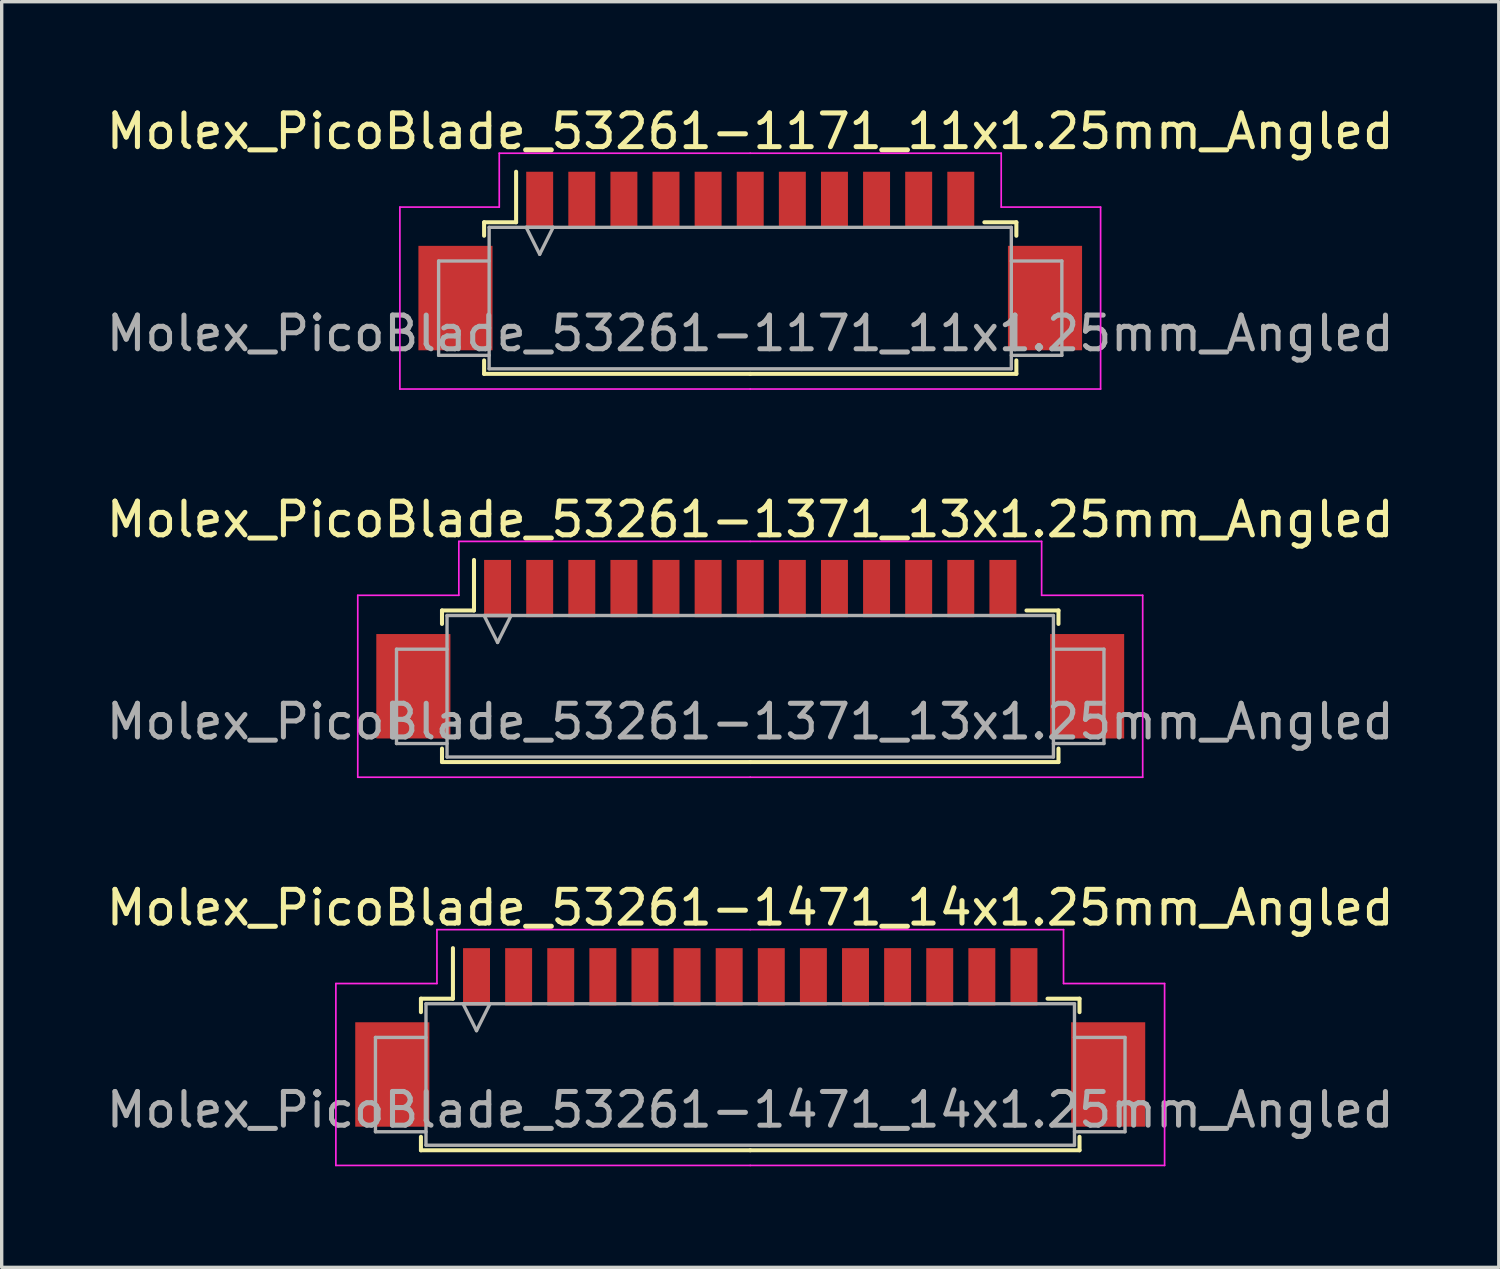
<source format=kicad_pcb>
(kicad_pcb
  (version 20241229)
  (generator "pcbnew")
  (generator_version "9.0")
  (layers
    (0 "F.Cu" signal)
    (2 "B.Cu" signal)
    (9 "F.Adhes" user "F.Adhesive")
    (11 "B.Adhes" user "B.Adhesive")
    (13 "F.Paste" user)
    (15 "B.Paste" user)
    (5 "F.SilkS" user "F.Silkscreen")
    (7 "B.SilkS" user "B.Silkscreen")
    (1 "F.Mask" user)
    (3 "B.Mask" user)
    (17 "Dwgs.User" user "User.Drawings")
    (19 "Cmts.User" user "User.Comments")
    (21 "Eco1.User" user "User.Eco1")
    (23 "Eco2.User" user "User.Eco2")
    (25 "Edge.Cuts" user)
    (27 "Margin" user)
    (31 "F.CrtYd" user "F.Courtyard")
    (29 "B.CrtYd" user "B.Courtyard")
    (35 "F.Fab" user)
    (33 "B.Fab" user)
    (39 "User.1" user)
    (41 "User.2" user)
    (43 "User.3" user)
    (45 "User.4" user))
  (footprint "Molex_PicoBlade_53261-1171_11x1.25mm_Angled"
    (layer "F.Cu")
    (at 19.22 4.348)
    (property "Reference" "Molex_PicoBlade_53261-1171_11x1.25mm_Angled" (at 0 -3.5 0) (layer "F.SilkS") (effects (font (size 1 1) (thickness 0.15))))
    (attr smd)
    (fp_line (start -7.9 -0.8) (end -7.9 -0.4) (stroke (width 0.12) (type solid)) (layer "F.SilkS"))
    (fp_line (start -7.9 3.3) (end -7.9 3.7) (stroke (width 0.12) (type solid)) (layer "F.SilkS"))
    (fp_line (start -7.9 3.7) (end 0 3.7) (stroke (width 0.12) (type solid)) (layer "F.SilkS"))
    (fp_line (start -6.95 -0.8) (end -7.9 -0.8) (stroke (width 0.12) (type solid)) (layer "F.SilkS"))
    (fp_line (start -6.95 -0.8) (end -6.95 -2.3) (stroke (width 0.12) (type solid)) (layer "F.SilkS"))
    (fp_line (start 6.95 -0.8) (end 7.9 -0.8) (stroke (width 0.12) (type solid)) (layer "F.SilkS"))
    (fp_line (start 7.9 -0.8) (end 7.9 -0.4) (stroke (width 0.12) (type solid)) (layer "F.SilkS"))
    (fp_line (start 7.9 3.3) (end 7.9 3.7) (stroke (width 0.12) (type solid)) (layer "F.SilkS"))
    (fp_line (start 7.9 3.7) (end 0 3.7) (stroke (width 0.12) (type solid)) (layer "F.SilkS"))
    (fp_line (start -10.4 -1.25) (end -10.4 4.15) (stroke (width 0.05) (type solid)) (layer "F.CrtYd"))
    (fp_line (start -10.4 4.15) (end 0 4.15) (stroke (width 0.05) (type solid)) (layer "F.CrtYd"))
    (fp_line (start -7.45 -2.85) (end -7.45 -1.25) (stroke (width 0.05) (type solid)) (layer "F.CrtYd"))
    (fp_line (start -7.45 -1.25) (end -10.4 -1.25) (stroke (width 0.05) (type solid)) (layer "F.CrtYd"))
    (fp_line (start 0 -2.85) (end -7.45 -2.85) (stroke (width 0.05) (type solid)) (layer "F.CrtYd"))
    (fp_line (start 0 -2.85) (end 7.45 -2.85) (stroke (width 0.05) (type solid)) (layer "F.CrtYd"))
    (fp_line (start 7.45 -2.85) (end 7.45 -1.25) (stroke (width 0.05) (type solid)) (layer "F.CrtYd"))
    (fp_line (start 7.45 -1.25) (end 10.4 -1.25) (stroke (width 0.05) (type solid)) (layer "F.CrtYd"))
    (fp_line (start 10.4 -1.25) (end 10.4 4.15) (stroke (width 0.05) (type solid)) (layer "F.CrtYd"))
    (fp_line (start 10.4 4.15) (end 0 4.15) (stroke (width 0.05) (type solid)) (layer "F.CrtYd"))
    (fp_line (start -9.25 0.35) (end -9.25 3.15) (stroke (width 0.1) (type solid)) (layer "F.Fab"))
    (fp_line (start -9.25 3.15) (end -7.75 3.15) (stroke (width 0.1) (type solid)) (layer "F.Fab"))
    (fp_line (start -7.75 -0.65) (end 7.75 -0.65) (stroke (width 0.1) (type solid)) (layer "F.Fab"))
    (fp_line (start -7.75 0.35) (end -9.25 0.35) (stroke (width 0.1) (type solid)) (layer "F.Fab"))
    (fp_line (start -7.75 3.55) (end -7.75 -0.65) (stroke (width 0.1) (type solid)) (layer "F.Fab"))
    (fp_line (start -6.65 -0.65) (end -6.25 0.15) (stroke (width 0.1) (type solid)) (layer "F.Fab"))
    (fp_line (start -6.25 0.15) (end -5.85 -0.65) (stroke (width 0.1) (type solid)) (layer "F.Fab"))
    (fp_line (start -5.85 -0.65) (end -6.65 -0.65) (stroke (width 0.1) (type solid)) (layer "F.Fab"))
    (fp_line (start 7.75 -0.65) (end 7.75 3.55) (stroke (width 0.1) (type solid)) (layer "F.Fab"))
    (fp_line (start 7.75 0.35) (end 9.25 0.35) (stroke (width 0.1) (type solid)) (layer "F.Fab"))
    (fp_line (start 7.75 3.55) (end -7.75 3.55) (stroke (width 0.1) (type solid)) (layer "F.Fab"))
    (fp_line (start 9.25 0.35) (end 9.25 3.15) (stroke (width 0.1) (type solid)) (layer "F.Fab"))
    (fp_line (start 9.25 3.15) (end 7.75 3.15) (stroke (width 0.1) (type solid)) (layer "F.Fab"))
    (fp_text user "${REFERENCE}" (at 0 2.5 0) (layer "F.Fab") (effects (font (size 1 1) (thickness 0.15))))
    (pad "" smd rect (at -8.75 1.45) (size 2.2 3.1) (layers "F.Cu" "F.Mask" "F.Paste"))
    (pad "" smd rect (at 8.75 1.45) (size 2.2 3.1) (layers "F.Cu" "F.Mask" "F.Paste"))
    (pad "1" smd rect (at -6.25 -1.45) (size 0.8 1.7) (layers "F.Cu" "F.Mask" "F.Paste"))
    (pad "2" smd rect (at -5 -1.45) (size 0.8 1.7) (layers "F.Cu" "F.Mask" "F.Paste"))
    (pad "3" smd rect (at -3.75 -1.45) (size 0.8 1.7) (layers "F.Cu" "F.Mask" "F.Paste"))
    (pad "4" smd rect (at -2.5 -1.45) (size 0.8 1.7) (layers "F.Cu" "F.Mask" "F.Paste"))
    (pad "5" smd rect (at -1.25 -1.45) (size 0.8 1.7) (layers "F.Cu" "F.Mask" "F.Paste"))
    (pad "6" smd rect (at 0 -1.45) (size 0.8 1.7) (layers "F.Cu" "F.Mask" "F.Paste"))
    (pad "7" smd rect (at 1.25 -1.45) (size 0.8 1.7) (layers "F.Cu" "F.Mask" "F.Paste"))
    (pad "8" smd rect (at 2.5 -1.45) (size 0.8 1.7) (layers "F.Cu" "F.Mask" "F.Paste"))
    (pad "9" smd rect (at 3.75 -1.45) (size 0.8 1.7) (layers "F.Cu" "F.Mask" "F.Paste"))
    (pad "10" smd rect (at 5 -1.45) (size 0.8 1.7) (layers "F.Cu" "F.Mask" "F.Paste"))
    (pad "11" smd rect (at 6.25 -1.45) (size 0.8 1.7) (layers "F.Cu" "F.Mask" "F.Paste")))
  (footprint "Molex_PicoBlade_53261-1371_13x1.25mm_Angled"
    (layer "F.Cu")
    (at 19.22 15.871)
    (property "Reference" "Molex_PicoBlade_53261-1371_13x1.25mm_Angled" (at 0 -3.5 0) (layer "F.SilkS") (effects (font (size 1 1) (thickness 0.15))))
    (attr smd)
    (fp_line (start -9.15 -0.8) (end -9.15 -0.4) (stroke (width 0.12) (type solid)) (layer "F.SilkS"))
    (fp_line (start -9.15 3.3) (end -9.15 3.7) (stroke (width 0.12) (type solid)) (layer "F.SilkS"))
    (fp_line (start -9.15 3.7) (end 0 3.7) (stroke (width 0.12) (type solid)) (layer "F.SilkS"))
    (fp_line (start -8.2 -0.8) (end -9.15 -0.8) (stroke (width 0.12) (type solid)) (layer "F.SilkS"))
    (fp_line (start -8.2 -0.8) (end -8.2 -2.3) (stroke (width 0.12) (type solid)) (layer "F.SilkS"))
    (fp_line (start 8.2 -0.8) (end 9.15 -0.8) (stroke (width 0.12) (type solid)) (layer "F.SilkS"))
    (fp_line (start 9.15 -0.8) (end 9.15 -0.4) (stroke (width 0.12) (type solid)) (layer "F.SilkS"))
    (fp_line (start 9.15 3.3) (end 9.15 3.7) (stroke (width 0.12) (type solid)) (layer "F.SilkS"))
    (fp_line (start 9.15 3.7) (end 0 3.7) (stroke (width 0.12) (type solid)) (layer "F.SilkS"))
    (fp_line (start -11.65 -1.25) (end -11.65 4.15) (stroke (width 0.05) (type solid)) (layer "F.CrtYd"))
    (fp_line (start -11.65 4.15) (end 0 4.15) (stroke (width 0.05) (type solid)) (layer "F.CrtYd"))
    (fp_line (start -8.65 -2.85) (end -8.65 -1.25) (stroke (width 0.05) (type solid)) (layer "F.CrtYd"))
    (fp_line (start -8.65 -1.25) (end -11.65 -1.25) (stroke (width 0.05) (type solid)) (layer "F.CrtYd"))
    (fp_line (start 0 -2.85) (end -8.65 -2.85) (stroke (width 0.05) (type solid)) (layer "F.CrtYd"))
    (fp_line (start 0 -2.85) (end 8.65 -2.85) (stroke (width 0.05) (type solid)) (layer "F.CrtYd"))
    (fp_line (start 8.65 -2.85) (end 8.65 -1.25) (stroke (width 0.05) (type solid)) (layer "F.CrtYd"))
    (fp_line (start 8.65 -1.25) (end 11.65 -1.25) (stroke (width 0.05) (type solid)) (layer "F.CrtYd"))
    (fp_line (start 11.65 -1.25) (end 11.65 4.15) (stroke (width 0.05) (type solid)) (layer "F.CrtYd"))
    (fp_line (start 11.65 4.15) (end 0 4.15) (stroke (width 0.05) (type solid)) (layer "F.CrtYd"))
    (fp_line (start -10.5 0.35) (end -10.5 3.15) (stroke (width 0.1) (type solid)) (layer "F.Fab"))
    (fp_line (start -10.5 3.15) (end -9 3.15) (stroke (width 0.1) (type solid)) (layer "F.Fab"))
    (fp_line (start -9 -0.65) (end 9 -0.65) (stroke (width 0.1) (type solid)) (layer "F.Fab"))
    (fp_line (start -9 0.35) (end -10.5 0.35) (stroke (width 0.1) (type solid)) (layer "F.Fab"))
    (fp_line (start -9 3.55) (end -9 -0.65) (stroke (width 0.1) (type solid)) (layer "F.Fab"))
    (fp_line (start -7.9 -0.65) (end -7.5 0.15) (stroke (width 0.1) (type solid)) (layer "F.Fab"))
    (fp_line (start -7.5 0.15) (end -7.1 -0.65) (stroke (width 0.1) (type solid)) (layer "F.Fab"))
    (fp_line (start -7.1 -0.65) (end -7.9 -0.65) (stroke (width 0.1) (type solid)) (layer "F.Fab"))
    (fp_line (start 9 -0.65) (end 9 3.55) (stroke (width 0.1) (type solid)) (layer "F.Fab"))
    (fp_line (start 9 0.35) (end 10.5 0.35) (stroke (width 0.1) (type solid)) (layer "F.Fab"))
    (fp_line (start 9 3.55) (end -9 3.55) (stroke (width 0.1) (type solid)) (layer "F.Fab"))
    (fp_line (start 10.5 0.35) (end 10.5 3.15) (stroke (width 0.1) (type solid)) (layer "F.Fab"))
    (fp_line (start 10.5 3.15) (end 9 3.15) (stroke (width 0.1) (type solid)) (layer "F.Fab"))
    (fp_text user "${REFERENCE}" (at 0 2.5 0) (layer "F.Fab") (effects (font (size 1 1) (thickness 0.15))))
    (pad "" smd rect (at -10 1.45) (size 2.2 3.1) (layers "F.Cu" "F.Mask" "F.Paste"))
    (pad "" smd rect (at 10 1.45) (size 2.2 3.1) (layers "F.Cu" "F.Mask" "F.Paste"))
    (pad "1" smd rect (at -7.5 -1.45) (size 0.8 1.7) (layers "F.Cu" "F.Mask" "F.Paste"))
    (pad "2" smd rect (at -6.25 -1.45) (size 0.8 1.7) (layers "F.Cu" "F.Mask" "F.Paste"))
    (pad "3" smd rect (at -5 -1.45) (size 0.8 1.7) (layers "F.Cu" "F.Mask" "F.Paste"))
    (pad "4" smd rect (at -3.75 -1.45) (size 0.8 1.7) (layers "F.Cu" "F.Mask" "F.Paste"))
    (pad "5" smd rect (at -2.5 -1.45) (size 0.8 1.7) (layers "F.Cu" "F.Mask" "F.Paste"))
    (pad "6" smd rect (at -1.25 -1.45) (size 0.8 1.7) (layers "F.Cu" "F.Mask" "F.Paste"))
    (pad "7" smd rect (at 0 -1.45) (size 0.8 1.7) (layers "F.Cu" "F.Mask" "F.Paste"))
    (pad "8" smd rect (at 1.25 -1.45) (size 0.8 1.7) (layers "F.Cu" "F.Mask" "F.Paste"))
    (pad "9" smd rect (at 2.5 -1.45) (size 0.8 1.7) (layers "F.Cu" "F.Mask" "F.Paste"))
    (pad "10" smd rect (at 3.75 -1.45) (size 0.8 1.7) (layers "F.Cu" "F.Mask" "F.Paste"))
    (pad "11" smd rect (at 5 -1.45) (size 0.8 1.7) (layers "F.Cu" "F.Mask" "F.Paste"))
    (pad "12" smd rect (at 6.25 -1.45) (size 0.8 1.7) (layers "F.Cu" "F.Mask" "F.Paste"))
    (pad "13" smd rect (at 7.5 -1.45) (size 0.8 1.7) (layers "F.Cu" "F.Mask" "F.Paste")))
  (footprint "Molex_PicoBlade_53261-1471_14x1.25mm_Angled"
    (layer "F.Cu")
    (at 19.22 27.395)
    (property "Reference" "Molex_PicoBlade_53261-1471_14x1.25mm_Angled" (at 0 -3.5 0) (layer "F.SilkS") (effects (font (size 1 1) (thickness 0.15))))
    (attr smd)
    (fp_line (start -9.775 -0.8) (end -9.775 -0.4) (stroke (width 0.12) (type solid)) (layer "F.SilkS"))
    (fp_line (start -9.775 3.3) (end -9.775 3.7) (stroke (width 0.12) (type solid)) (layer "F.SilkS"))
    (fp_line (start -9.775 3.7) (end 0 3.7) (stroke (width 0.12) (type solid)) (layer "F.SilkS"))
    (fp_line (start -8.825 -0.8) (end -9.775 -0.8) (stroke (width 0.12) (type solid)) (layer "F.SilkS"))
    (fp_line (start -8.825 -0.8) (end -8.825 -2.3) (stroke (width 0.12) (type solid)) (layer "F.SilkS"))
    (fp_line (start 8.825 -0.8) (end 9.775 -0.8) (stroke (width 0.12) (type solid)) (layer "F.SilkS"))
    (fp_line (start 9.775 -0.8) (end 9.775 -0.4) (stroke (width 0.12) (type solid)) (layer "F.SilkS"))
    (fp_line (start 9.775 3.3) (end 9.775 3.7) (stroke (width 0.12) (type solid)) (layer "F.SilkS"))
    (fp_line (start 9.775 3.7) (end 0 3.7) (stroke (width 0.12) (type solid)) (layer "F.SilkS"))
    (fp_line (start -12.3 -1.25) (end -12.3 4.15) (stroke (width 0.05) (type solid)) (layer "F.CrtYd"))
    (fp_line (start -12.3 4.15) (end 0 4.15) (stroke (width 0.05) (type solid)) (layer "F.CrtYd"))
    (fp_line (start -9.3 -2.85) (end -9.3 -1.25) (stroke (width 0.05) (type solid)) (layer "F.CrtYd"))
    (fp_line (start -9.3 -1.25) (end -12.3 -1.25) (stroke (width 0.05) (type solid)) (layer "F.CrtYd"))
    (fp_line (start 0 -2.85) (end -9.3 -2.85) (stroke (width 0.05) (type solid)) (layer "F.CrtYd"))
    (fp_line (start 0 -2.85) (end 9.3 -2.85) (stroke (width 0.05) (type solid)) (layer "F.CrtYd"))
    (fp_line (start 9.3 -2.85) (end 9.3 -1.25) (stroke (width 0.05) (type solid)) (layer "F.CrtYd"))
    (fp_line (start 9.3 -1.25) (end 12.3 -1.25) (stroke (width 0.05) (type solid)) (layer "F.CrtYd"))
    (fp_line (start 12.3 -1.25) (end 12.3 4.15) (stroke (width 0.05) (type solid)) (layer "F.CrtYd"))
    (fp_line (start 12.3 4.15) (end 0 4.15) (stroke (width 0.05) (type solid)) (layer "F.CrtYd"))
    (fp_line (start -11.125 0.35) (end -11.125 3.15) (stroke (width 0.1) (type solid)) (layer "F.Fab"))
    (fp_line (start -11.125 3.15) (end -9.625 3.15) (stroke (width 0.1) (type solid)) (layer "F.Fab"))
    (fp_line (start -9.625 -0.65) (end 9.625 -0.65) (stroke (width 0.1) (type solid)) (layer "F.Fab"))
    (fp_line (start -9.625 0.35) (end -11.125 0.35) (stroke (width 0.1) (type solid)) (layer "F.Fab"))
    (fp_line (start -9.625 3.55) (end -9.625 -0.65) (stroke (width 0.1) (type solid)) (layer "F.Fab"))
    (fp_line (start -8.525 -0.65) (end -8.125 0.15) (stroke (width 0.1) (type solid)) (layer "F.Fab"))
    (fp_line (start -8.125 0.15) (end -7.725 -0.65) (stroke (width 0.1) (type solid)) (layer "F.Fab"))
    (fp_line (start -7.725 -0.65) (end -8.525 -0.65) (stroke (width 0.1) (type solid)) (layer "F.Fab"))
    (fp_line (start 9.625 -0.65) (end 9.625 3.55) (stroke (width 0.1) (type solid)) (layer "F.Fab"))
    (fp_line (start 9.625 0.35) (end 11.125 0.35) (stroke (width 0.1) (type solid)) (layer "F.Fab"))
    (fp_line (start 9.625 3.55) (end -9.625 3.55) (stroke (width 0.1) (type solid)) (layer "F.Fab"))
    (fp_line (start 11.125 0.35) (end 11.125 3.15) (stroke (width 0.1) (type solid)) (layer "F.Fab"))
    (fp_line (start 11.125 3.15) (end 9.625 3.15) (stroke (width 0.1) (type solid)) (layer "F.Fab"))
    (fp_text user "${REFERENCE}" (at 0 2.5 0) (layer "F.Fab") (effects (font (size 1 1) (thickness 0.15))))
    (pad "" smd rect (at -10.625 1.45) (size 2.2 3.1) (layers "F.Cu" "F.Mask" "F.Paste"))
    (pad "" smd rect (at 10.625 1.45) (size 2.2 3.1) (layers "F.Cu" "F.Mask" "F.Paste"))
    (pad "1" smd rect (at -8.125 -1.45) (size 0.8 1.7) (layers "F.Cu" "F.Mask" "F.Paste"))
    (pad "2" smd rect (at -6.875 -1.45) (size 0.8 1.7) (layers "F.Cu" "F.Mask" "F.Paste"))
    (pad "3" smd rect (at -5.625 -1.45) (size 0.8 1.7) (layers "F.Cu" "F.Mask" "F.Paste"))
    (pad "4" smd rect (at -4.375 -1.45) (size 0.8 1.7) (layers "F.Cu" "F.Mask" "F.Paste"))
    (pad "5" smd rect (at -3.125 -1.45) (size 0.8 1.7) (layers "F.Cu" "F.Mask" "F.Paste"))
    (pad "6" smd rect (at -1.875 -1.45) (size 0.8 1.7) (layers "F.Cu" "F.Mask" "F.Paste"))
    (pad "7" smd rect (at -0.625 -1.45) (size 0.8 1.7) (layers "F.Cu" "F.Mask" "F.Paste"))
    (pad "8" smd rect (at 0.625 -1.45) (size 0.8 1.7) (layers "F.Cu" "F.Mask" "F.Paste"))
    (pad "9" smd rect (at 1.875 -1.45) (size 0.8 1.7) (layers "F.Cu" "F.Mask" "F.Paste"))
    (pad "10" smd rect (at 3.125 -1.45) (size 0.8 1.7) (layers "F.Cu" "F.Mask" "F.Paste"))
    (pad "11" smd rect (at 4.375 -1.45) (size 0.8 1.7) (layers "F.Cu" "F.Mask" "F.Paste"))
    (pad "12" smd rect (at 5.625 -1.45) (size 0.8 1.7) (layers "F.Cu" "F.Mask" "F.Paste"))
    (pad "13" smd rect (at 6.875 -1.45) (size 0.8 1.7) (layers "F.Cu" "F.Mask" "F.Paste"))
    (pad "14" smd rect (at 8.125 -1.45) (size 0.8 1.7) (layers "F.Cu" "F.Mask" "F.Paste")))
  (gr_rect
    (start -3 -3)
    (end 41.44 34.57)
    (stroke (width 0.1) (type default))
    (fill no)
    (layer "Edge.Cuts")))
</source>
